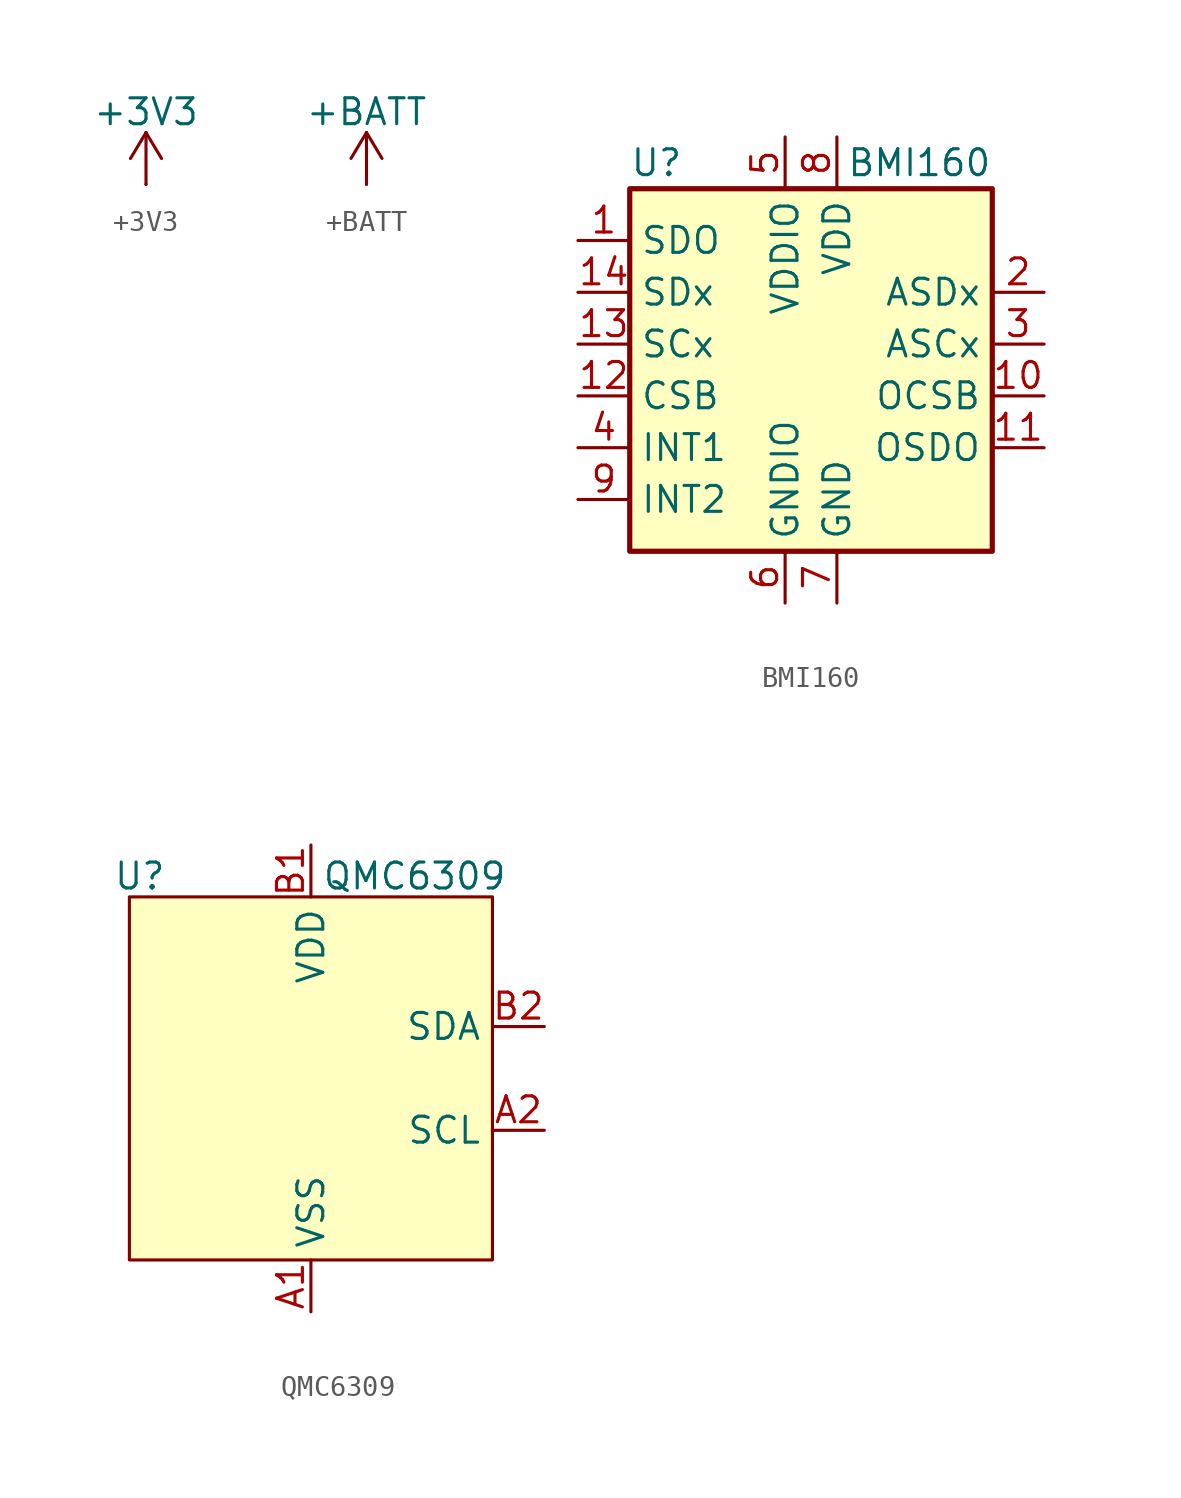
<source format=kicad_sym>
(kicad_symbol_lib
  (version 20241209)
  (generator "kicad_symbol_editor")
  (generator_version "9.0")
  (symbol "+3V3"
    (power)
    (pin_numbers
      (hide yes))
    (pin_names
      (offset 0)
      (hide yes))
    (property "Reference" "#PWR"
      (at 0 -3.81 0)
      (effects (font (size 1.27 1.27)) (hide yes)))
    (property "Value" "+3V3"
      (at 0 3.556 0)
      (effects (font (size 1.27 1.27))))
    (symbol "+3V3_0_1"
      (polyline (pts (xy -0.762 1.27) (xy 0 2.54)) (stroke (width 0) (type default)) (fill (type none)))
      (polyline (pts (xy 0 2.54) (xy 0.762 1.27)) (stroke (width 0) (type default)) (fill (type none)))
      (polyline (pts (xy 0 0) (xy 0 2.54)) (stroke (width 0) (type default)) (fill (type none))))
    (symbol "+3V3_1_1"
      (pin power_in line (at 0 0 90) (length 0) (name "~" (effects (font (size 1.27 1.27)))) (number "1" (effects (font (size 1.27 1.27)))))))
  (symbol "+BATT"
    (power)
    (pin_numbers
      (hide yes))
    (pin_names
      (offset 0)
      (hide yes))
    (property "Reference" "#PWR"
      (at 0 -3.81 0)
      (effects (font (size 1.27 1.27)) (hide yes)))
    (property "Value" "+BATT"
      (at 0 3.556 0)
      (effects (font (size 1.27 1.27))))
    (symbol "+BATT_0_1"
      (polyline (pts (xy -0.762 1.27) (xy 0 2.54)) (stroke (width 0) (type default)) (fill (type none)))
      (polyline (pts (xy 0 2.54) (xy 0.762 1.27)) (stroke (width 0) (type default)) (fill (type none)))
      (polyline (pts (xy 0 0) (xy 0 2.54)) (stroke (width 0) (type default)) (fill (type none))))
    (symbol "+BATT_1_1"
      (pin power_in line (at 0 0 90) (length 0) (name "~" (effects (font (size 1.27 1.27)))) (number "1" (effects (font (size 1.27 1.27)))))))
  (symbol "BMI160"
    (property "Reference" "U"
      (at -10.16 8.89 0)
      (effects (font (size 1.27 1.27)) (justify left)))
    (property "Value" "BMI160"
      (at 7.62 8.89 0)
      (effects (font (size 1.27 1.27)) (justify right)))
    (symbol "BMI160_1_1"
      (rectangle (start -10.16 7.62) (end 7.62 -10.16) (stroke (width 0.254) (type default)) (fill (type background)))
      (pin bidirectional line (at -12.7 5.08 0) (length 2.54) (name "SDO" (effects (font (size 1.27 1.27)))) (number "1" (effects (font (size 1.27 1.27)))))
      (pin bidirectional line (at -12.7 2.54 0) (length 2.54) (name "SDx" (effects (font (size 1.27 1.27)))) (number "14" (effects (font (size 1.27 1.27)))))
      (pin input line (at -12.7 0 0) (length 2.54) (name "SCx" (effects (font (size 1.27 1.27)))) (number "13" (effects (font (size 1.27 1.27)))))
      (pin input line (at -12.7 -2.54 0) (length 2.54) (name "CSB" (effects (font (size 1.27 1.27)))) (number "12" (effects (font (size 1.27 1.27)))))
      (pin bidirectional line (at -12.7 -5.08 0) (length 2.54) (name "INT1" (effects (font (size 1.27 1.27)))) (number "4" (effects (font (size 1.27 1.27)))))
      (pin bidirectional line (at -12.7 -7.62 0) (length 2.54) (name "INT2" (effects (font (size 1.27 1.27)))) (number "9" (effects (font (size 1.27 1.27)))))
      (pin power_in line (at -2.54 10.16 270) (length 2.54) (name "VDDIO" (effects (font (size 1.27 1.27)))) (number "5" (effects (font (size 1.27 1.27)))))
      (pin power_in line (at -2.54 -12.7 90) (length 2.54) (name "GNDIO" (effects (font (size 1.27 1.27)))) (number "6" (effects (font (size 1.27 1.27)))))
      (pin power_in line (at 0 10.16 270) (length 2.54) (name "VDD" (effects (font (size 1.27 1.27)))) (number "8" (effects (font (size 1.27 1.27)))))
      (pin power_in line (at 0 -12.7 90) (length 2.54) (name "GND" (effects (font (size 1.27 1.27)))) (number "7" (effects (font (size 1.27 1.27)))))
      (pin bidirectional line (at 10.16 2.54 180) (length 2.54) (name "ASDx" (effects (font (size 1.27 1.27)))) (number "2" (effects (font (size 1.27 1.27)))))
      (pin output line (at 10.16 0 180) (length 2.54) (name "ASCx" (effects (font (size 1.27 1.27)))) (number "3" (effects (font (size 1.27 1.27)))))
      (pin bidirectional line (at 10.16 -2.54 180) (length 2.54) (name "OCSB" (effects (font (size 1.27 1.27)))) (number "10" (effects (font (size 1.27 1.27)))))
      (pin bidirectional line (at 10.16 -5.08 180) (length 2.54) (name "OSDO" (effects (font (size 1.27 1.27)))) (number "11" (effects (font (size 1.27 1.27)))))))
  (symbol "QMC6309"
    (property "Reference" "U"
      (at -8.382 9.906 0)
      (effects (font (size 1.27 1.27))))
    (property "Value" "QMC6309"
      (at 5.08 9.906 0)
      (effects (font (size 1.27 1.27))))
    (symbol "QMC6309_1_1"
      (rectangle (start -8.89 8.89) (end 8.89 -8.89) (stroke (width 0) (type default)) (fill (type background)))
      (pin power_in line (at 0 11.43 270) (length 2.54) (name "VDD" (effects (font (size 1.27 1.27)))) (number "B1" (effects (font (size 1.27 1.27)))))
      (pin power_in line (at 0 -11.43 90) (length 2.54) (name "VSS" (effects (font (size 1.27 1.27)))) (number "A1" (effects (font (size 1.27 1.27)))))
      (pin bidirectional line (at 11.43 2.54 180) (length 2.54) (name "SDA" (effects (font (size 1.27 1.27)))) (number "B2" (effects (font (size 1.27 1.27)))))
      (pin input line (at 11.43 -2.54 180) (length 2.54) (name "SCL" (effects (font (size 1.27 1.27)))) (number "A2" (effects (font (size 1.27 1.27))))))))
</source>
